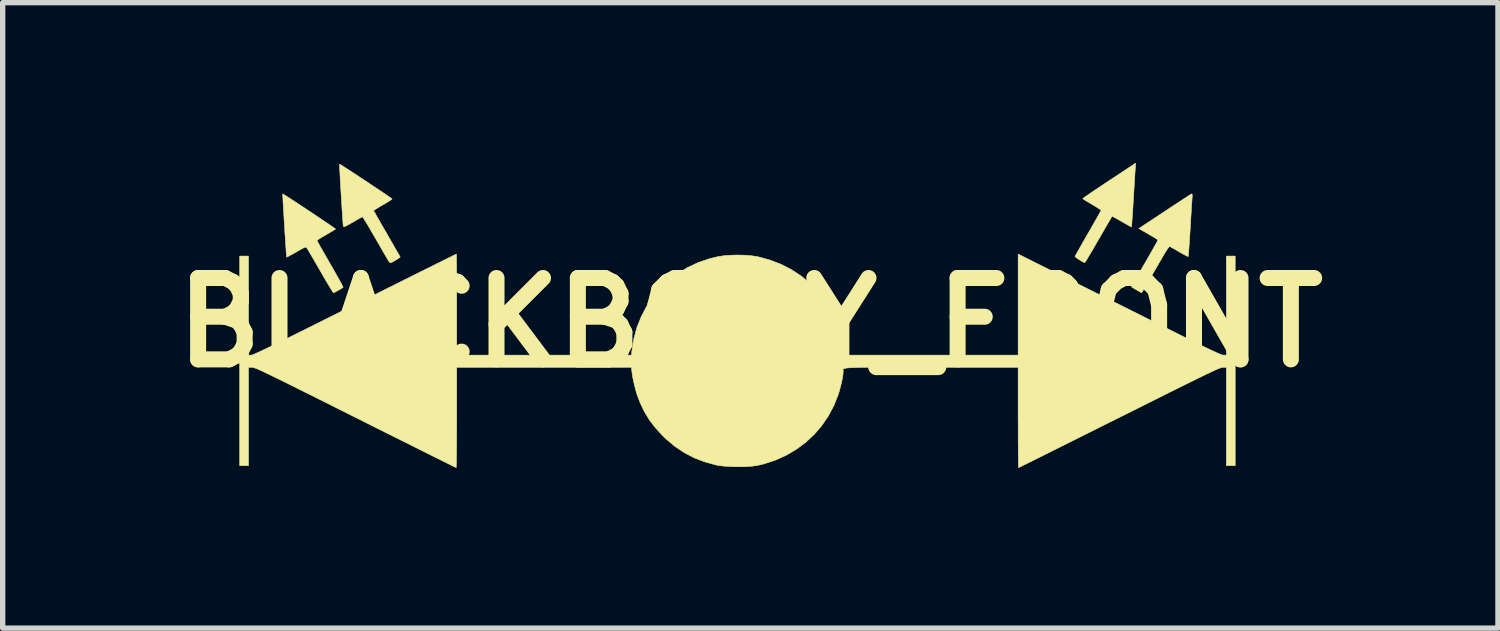
<source format=kicad_pcb>
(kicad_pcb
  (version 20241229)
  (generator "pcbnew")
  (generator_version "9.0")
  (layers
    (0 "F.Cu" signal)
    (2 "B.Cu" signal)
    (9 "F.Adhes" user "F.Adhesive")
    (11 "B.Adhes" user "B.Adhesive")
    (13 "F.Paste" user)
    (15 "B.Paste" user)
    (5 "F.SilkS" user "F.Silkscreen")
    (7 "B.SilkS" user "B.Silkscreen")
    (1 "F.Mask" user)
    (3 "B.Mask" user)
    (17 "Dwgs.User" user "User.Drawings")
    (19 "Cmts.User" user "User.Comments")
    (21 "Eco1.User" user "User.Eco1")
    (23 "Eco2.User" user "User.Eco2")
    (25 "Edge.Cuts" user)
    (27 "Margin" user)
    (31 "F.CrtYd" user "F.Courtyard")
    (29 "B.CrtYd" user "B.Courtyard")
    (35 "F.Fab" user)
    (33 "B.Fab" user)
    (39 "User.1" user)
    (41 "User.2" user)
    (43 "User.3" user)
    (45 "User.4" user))
  (footprint "BLACKBODY_FRONT"
    (layer "F.Cu")
    (at 11.002 2.991)
    (property "Reference" "BLACKBODY_FRONT" (at 0 0 0) (layer "F.SilkS") (effects (font (size 1.524 1.524) (thickness 0.3))))
    (attr through_hole)
    (fp_poly (pts (xy 7.21 -2.887) (xy 7.208 -2.852) (xy 7.204 -2.795) (xy 7.199 -2.719) (xy 7.194 -2.629) (xy 7.188 -2.527) (xy 7.181 -2.418) (xy 7.175 -2.303) (xy 7.174 -2.289) (xy 7.167 -2.18) (xy 7.161 -2.078) (xy 7.155 -1.988) (xy 7.149 -1.912) (xy 7.145 -1.852) (xy 7.141 -1.811) (xy 7.138 -1.792) (xy 7.138 -1.791) (xy 7.125 -1.797) (xy 7.094 -1.813) (xy 7.049 -1.839) (xy 6.993 -1.87) (xy 6.954 -1.893) (xy 6.895 -1.927) (xy 6.843 -1.956) (xy 6.804 -1.977) (xy 6.78 -1.989) (xy 6.775 -1.991) (xy 6.768 -1.98) (xy 6.75 -1.949) (xy 6.722 -1.9) (xy 6.685 -1.837) (xy 6.641 -1.761) (xy 6.592 -1.676) (xy 6.538 -1.582) (xy 6.522 -1.556) (xy 6.467 -1.461) (xy 6.416 -1.372) (xy 6.37 -1.294) (xy 6.33 -1.227) (xy 6.299 -1.175) (xy 6.276 -1.139) (xy 6.265 -1.123) (xy 6.264 -1.122) (xy 6.25 -1.127) (xy 6.219 -1.142) (xy 6.179 -1.165) (xy 6.167 -1.173) (xy 6.127 -1.199) (xy 6.097 -1.221) (xy 6.082 -1.236) (xy 6.082 -1.238) (xy 6.088 -1.252) (xy 6.106 -1.285) (xy 6.134 -1.335) (xy 6.171 -1.399) (xy 6.214 -1.476) (xy 6.263 -1.562) (xy 6.317 -1.656) (xy 6.325 -1.67) (xy 6.38 -1.764) (xy 6.43 -1.852) (xy 6.474 -1.93) (xy 6.512 -1.996) (xy 6.541 -2.048) (xy 6.561 -2.084) (xy 6.569 -2.1) (xy 6.57 -2.101) (xy 6.56 -2.111) (xy 6.532 -2.131) (xy 6.489 -2.159) (xy 6.436 -2.192) (xy 6.401 -2.212) (xy 6.342 -2.247) (xy 6.291 -2.277) (xy 6.253 -2.301) (xy 6.231 -2.317) (xy 6.227 -2.321) (xy 6.236 -2.329) (xy 6.265 -2.351) (xy 6.311 -2.383) (xy 6.372 -2.425) (xy 6.446 -2.475) (xy 6.531 -2.532) (xy 6.625 -2.595) (xy 6.721 -2.658) (xy 7.217 -2.986) (xy 7.21 -2.887)) (stroke (width 0.01) (type solid)) (fill yes) (layer "F.SilkS"))
    (fp_poly (pts (xy 8.272 -2.409) (xy 8.276 -2.395) (xy 8.277 -2.365) (xy 8.273 -2.316) (xy 8.271 -2.281) (xy 8.267 -2.223) (xy 8.262 -2.148) (xy 8.257 -2.057) (xy 8.25 -1.956) (xy 8.244 -1.847) (xy 8.237 -1.733) (xy 8.237 -1.73) (xy 8.23 -1.622) (xy 8.224 -1.521) (xy 8.218 -1.432) (xy 8.212 -1.356) (xy 8.208 -1.296) (xy 8.204 -1.256) (xy 8.201 -1.238) (xy 8.201 -1.237) (xy 8.188 -1.241) (xy 8.158 -1.255) (xy 8.114 -1.278) (xy 8.06 -1.308) (xy 8.042 -1.318) (xy 7.985 -1.352) (xy 7.933 -1.382) (xy 7.892 -1.405) (xy 7.868 -1.419) (xy 7.865 -1.421) (xy 7.858 -1.423) (xy 7.849 -1.421) (xy 7.839 -1.412) (xy 7.825 -1.396) (xy 7.806 -1.369) (xy 7.782 -1.33) (xy 7.749 -1.277) (xy 7.709 -1.208) (xy 7.658 -1.121) (xy 7.597 -1.014) (xy 7.587 -0.997) (xy 7.531 -0.901) (xy 7.48 -0.812) (xy 7.434 -0.733) (xy 7.394 -0.666) (xy 7.362 -0.614) (xy 7.34 -0.577) (xy 7.329 -0.56) (xy 7.328 -0.559) (xy 7.315 -0.565) (xy 7.285 -0.581) (xy 7.246 -0.604) (xy 7.233 -0.612) (xy 7.191 -0.636) (xy 7.159 -0.656) (xy 7.141 -0.667) (xy 7.139 -0.668) (xy 7.145 -0.679) (xy 7.161 -0.71) (xy 7.188 -0.758) (xy 7.223 -0.821) (xy 7.266 -0.897) (xy 7.315 -0.982) (xy 7.369 -1.076) (xy 7.384 -1.102) (xy 7.439 -1.197) (xy 7.49 -1.286) (xy 7.535 -1.365) (xy 7.573 -1.433) (xy 7.603 -1.487) (xy 7.623 -1.524) (xy 7.632 -1.543) (xy 7.633 -1.544) (xy 7.622 -1.555) (xy 7.595 -1.575) (xy 7.555 -1.6) (xy 7.54 -1.609) (xy 7.482 -1.642) (xy 7.418 -1.68) (xy 7.362 -1.712) (xy 7.276 -1.761) (xy 7.761 -2.082) (xy 7.861 -2.148) (xy 7.954 -2.209) (xy 8.04 -2.265) (xy 8.114 -2.314) (xy 8.176 -2.354) (xy 8.223 -2.385) (xy 8.253 -2.403) (xy 8.264 -2.409) (xy 8.272 -2.409)) (stroke (width 0.01) (type solid)) (fill yes) (layer "F.SilkS"))
    (fp_poly (pts (xy -8.746 -2.404) (xy -8.717 -2.386) (xy -8.671 -2.357) (xy -8.612 -2.319) (xy -8.542 -2.273) (xy -8.464 -2.221) (xy -8.379 -2.166) (xy -8.292 -2.108) (xy -8.203 -2.049) (xy -8.116 -1.991) (xy -8.034 -1.935) (xy -7.958 -1.884) (xy -7.891 -1.839) (xy -7.837 -1.801) (xy -7.796 -1.773) (xy -7.772 -1.756) (xy -7.767 -1.751) (xy -7.779 -1.742) (xy -7.81 -1.724) (xy -7.854 -1.697) (xy -7.91 -1.665) (xy -7.944 -1.645) (xy -8.003 -1.611) (xy -8.053 -1.581) (xy -8.09 -1.557) (xy -8.112 -1.541) (xy -8.115 -1.537) (xy -8.109 -1.524) (xy -8.092 -1.492) (xy -8.064 -1.442) (xy -8.028 -1.378) (xy -7.984 -1.302) (xy -7.935 -1.215) (xy -7.881 -1.122) (xy -7.868 -1.099) (xy -7.813 -1.004) (xy -7.763 -0.916) (xy -7.719 -0.837) (xy -7.681 -0.769) (xy -7.653 -0.716) (xy -7.634 -0.679) (xy -7.626 -0.661) (xy -7.626 -0.66) (xy -7.641 -0.649) (xy -7.67 -0.63) (xy -7.709 -0.608) (xy -7.749 -0.586) (xy -7.783 -0.568) (xy -7.805 -0.559) (xy -7.808 -0.559) (xy -7.816 -0.569) (xy -7.836 -0.6) (xy -7.866 -0.647) (xy -7.903 -0.71) (xy -7.948 -0.785) (xy -7.998 -0.87) (xy -8.051 -0.962) (xy -8.058 -0.975) (xy -8.112 -1.069) (xy -8.163 -1.156) (xy -8.209 -1.235) (xy -8.248 -1.302) (xy -8.279 -1.354) (xy -8.301 -1.39) (xy -8.312 -1.407) (xy -8.312 -1.408) (xy -8.322 -1.412) (xy -8.339 -1.409) (xy -8.367 -1.398) (xy -8.408 -1.377) (xy -8.466 -1.344) (xy -8.504 -1.322) (xy -8.563 -1.288) (xy -8.615 -1.26) (xy -8.655 -1.238) (xy -8.679 -1.227) (xy -8.684 -1.225) (xy -8.686 -1.238) (xy -8.689 -1.273) (xy -8.693 -1.328) (xy -8.697 -1.399) (xy -8.703 -1.483) (xy -8.709 -1.577) (xy -8.716 -1.678) (xy -8.722 -1.783) (xy -8.729 -1.889) (xy -8.735 -1.993) (xy -8.741 -2.092) (xy -8.746 -2.183) (xy -8.751 -2.263) (xy -8.754 -2.328) (xy -8.757 -2.376) (xy -8.758 -2.404) (xy -8.758 -2.41) (xy -8.746 -2.404)) (stroke (width 0.01) (type solid)) (fill yes) (layer "F.SilkS"))
    (fp_poly (pts (xy -7.681 -2.961) (xy -7.652 -2.943) (xy -7.606 -2.914) (xy -7.547 -2.876) (xy -7.477 -2.83) (xy -7.398 -2.779) (xy -7.314 -2.723) (xy -7.227 -2.666) (xy -7.138 -2.607) (xy -7.052 -2.549) (xy -6.97 -2.495) (xy -6.895 -2.444) (xy -6.829 -2.4) (xy -6.775 -2.363) (xy -6.736 -2.335) (xy -6.713 -2.319) (xy -6.709 -2.315) (xy -6.719 -2.306) (xy -6.746 -2.286) (xy -6.789 -2.259) (xy -6.843 -2.226) (xy -6.882 -2.204) (xy -6.942 -2.169) (xy -6.992 -2.139) (xy -7.03 -2.115) (xy -7.052 -2.1) (xy -7.055 -2.096) (xy -7.049 -2.084) (xy -7.03 -2.052) (xy -7.002 -2.003) (xy -6.966 -1.939) (xy -6.922 -1.863) (xy -6.873 -1.778) (xy -6.819 -1.684) (xy -6.807 -1.664) (xy -6.753 -1.569) (xy -6.702 -1.481) (xy -6.657 -1.402) (xy -6.619 -1.336) (xy -6.588 -1.283) (xy -6.568 -1.247) (xy -6.558 -1.23) (xy -6.558 -1.229) (xy -6.565 -1.22) (xy -6.59 -1.202) (xy -6.624 -1.18) (xy -6.663 -1.156) (xy -6.699 -1.136) (xy -6.728 -1.122) (xy -6.741 -1.118) (xy -6.755 -1.128) (xy -6.774 -1.152) (xy -6.778 -1.159) (xy -6.79 -1.179) (xy -6.813 -1.219) (xy -6.846 -1.275) (xy -6.886 -1.344) (xy -6.932 -1.425) (xy -6.983 -1.513) (xy -7.028 -1.591) (xy -7.081 -1.681) (xy -7.129 -1.764) (xy -7.172 -1.837) (xy -7.209 -1.898) (xy -7.237 -1.944) (xy -7.255 -1.972) (xy -7.262 -1.981) (xy -7.276 -1.975) (xy -7.307 -1.958) (xy -7.352 -1.933) (xy -7.407 -1.901) (xy -7.442 -1.881) (xy -7.508 -1.843) (xy -7.556 -1.817) (xy -7.588 -1.801) (xy -7.608 -1.795) (xy -7.619 -1.797) (xy -7.622 -1.802) (xy -7.624 -1.818) (xy -7.628 -1.855) (xy -7.632 -1.912) (xy -7.637 -1.985) (xy -7.643 -2.07) (xy -7.649 -2.165) (xy -7.655 -2.266) (xy -7.662 -2.371) (xy -7.668 -2.476) (xy -7.674 -2.579) (xy -7.68 -2.675) (xy -7.684 -2.763) (xy -7.688 -2.839) (xy -7.691 -2.9) (xy -7.693 -2.943) (xy -7.693 -2.965) (xy -7.692 -2.967) (xy -7.681 -2.961)) (stroke (width 0.01) (type solid)) (fill yes) (layer "F.SilkS"))
    (fp_poly (pts (xy -5.504 -1.27) (xy -5.503 -1.235) (xy -5.503 -1.177) (xy -5.502 -1.101) (xy -5.501 -1.006) (xy -5.5 -0.896) (xy -5.5 -0.773) (xy -5.499 -0.638) (xy -5.499 -0.493) (xy -5.499 -0.341) (xy -5.499 -0.337) (xy -5.499 0.61) (xy -2.225 0.61) (xy -2.217 0.524) (xy -2.181 0.302) (xy -2.123 0.089) (xy -2.042 -0.113) (xy -1.942 -0.303) (xy -1.822 -0.481) (xy -1.683 -0.644) (xy -1.528 -0.791) (xy -1.356 -0.921) (xy -1.17 -1.033) (xy -0.971 -1.126) (xy -0.759 -1.198) (xy -0.606 -1.235) (xy -0.499 -1.251) (xy -0.377 -1.261) (xy -0.246 -1.265) (xy -0.116 -1.262) (xy 0.007 -1.253) (xy 0.115 -1.238) (xy 0.137 -1.234) (xy 0.362 -1.173) (xy 0.575 -1.092) (xy 0.773 -0.99) (xy 0.956 -0.869) (xy 1.124 -0.728) (xy 1.275 -0.57) (xy 1.408 -0.395) (xy 1.522 -0.203) (xy 1.617 0.004) (xy 1.621 0.016) (xy 1.651 0.102) (xy 1.68 0.2) (xy 1.705 0.3) (xy 1.724 0.394) (xy 1.734 0.464) (xy 1.739 0.511) (xy 1.745 0.554) (xy 1.748 0.575) (xy 1.755 0.61) (xy 5.016 0.61) (xy 5.016 -1.283) (xy 6.909 -0.337) (xy 7.155 -0.214) (xy 7.379 -0.102) (xy 7.582 -0.000299) (xy 7.766 0.091) (xy 7.931 0.173) (xy 8.078 0.247) (xy 8.209 0.311) (xy 8.325 0.368) (xy 8.425 0.418) (xy 8.512 0.46) (xy 8.587 0.496) (xy 8.65 0.526) (xy 8.703 0.55) (xy 8.746 0.57) (xy 8.781 0.585) (xy 8.808 0.596) (xy 8.829 0.603) (xy 8.844 0.608) (xy 8.855 0.609) (xy 8.858 0.61) (xy 8.915 0.61) (xy 8.915 -1.245) (xy 9.081 -1.245) (xy 9.081 2.68) (xy 8.915 2.68) (xy 8.915 0.838) (xy 8.852 0.838) (xy 8.842 0.839) (xy 8.831 0.841) (xy 8.816 0.845) (xy 8.796 0.852) (xy 8.771 0.861) (xy 8.74 0.875) (xy 8.701 0.892) (xy 8.654 0.914) (xy 8.597 0.941) (xy 8.529 0.973) (xy 8.449 1.012) (xy 8.357 1.057) (xy 8.251 1.109) (xy 8.13 1.169) (xy 7.993 1.237) (xy 7.839 1.313) (xy 7.668 1.399) (xy 7.477 1.494) (xy 7.266 1.6) (xy 7.034 1.716) (xy 6.909 1.778) (xy 6.704 1.88) (xy 6.505 1.98) (xy 6.314 2.075) (xy 6.131 2.167) (xy 5.958 2.253) (xy 5.796 2.334) (xy 5.646 2.409) (xy 5.509 2.477) (xy 5.386 2.538) (xy 5.28 2.591) (xy 5.19 2.636) (xy 5.118 2.671) (xy 5.066 2.697) (xy 5.033 2.713) (xy 5.023 2.718) (xy 5.022 2.705) (xy 5.021 2.67) (xy 5.02 2.612) (xy 5.019 2.536) (xy 5.018 2.441) (xy 5.018 2.332) (xy 5.017 2.208) (xy 5.017 2.074) (xy 5.017 1.929) (xy 5.016 1.778) (xy 5.016 0.838) (xy 3.386 0.838) (xy 3.147 0.838) (xy 2.932 0.838) (xy 2.74 0.838) (xy 2.57 0.838) (xy 2.42 0.838) (xy 2.289 0.839) (xy 2.175 0.839) (xy 2.078 0.84) (xy 1.997 0.842) (xy 1.929 0.844) (xy 1.874 0.846) (xy 1.83 0.849) (xy 1.797 0.853) (xy 1.772 0.857) (xy 1.755 0.863) (xy 1.744 0.869) (xy 1.738 0.876) (xy 1.736 0.884) (xy 1.737 0.893) (xy 1.738 0.903) (xy 1.74 0.914) (xy 1.74 0.921) (xy 1.736 0.97) (xy 1.726 1.037) (xy 1.71 1.115) (xy 1.69 1.198) (xy 1.668 1.281) (xy 1.646 1.352) (xy 1.563 1.559) (xy 1.46 1.753) (xy 1.337 1.932) (xy 1.195 2.097) (xy 1.037 2.244) (xy 0.862 2.374) (xy 0.673 2.485) (xy 0.472 2.576) (xy 0.258 2.646) (xy 0.131 2.676) (xy 0.052 2.688) (xy -0.046 2.696) (xy -0.156 2.7) (xy -0.272 2.7) (xy -0.386 2.696) (xy -0.493 2.689) (xy -0.585 2.678) (xy -0.631 2.67) (xy -0.848 2.611) (xy -1.05 2.534) (xy -1.238 2.436) (xy -1.415 2.317) (xy -1.583 2.176) (xy -1.639 2.122) (xy -1.776 1.972) (xy -1.892 1.821) (xy -1.988 1.661) (xy -2.069 1.489) (xy -2.122 1.347) (xy -2.142 1.28) (xy -2.162 1.203) (xy -2.182 1.12) (xy -2.199 1.039) (xy -2.212 0.964) (xy -2.22 0.904) (xy -2.223 0.869) (xy -2.223 0.838) (xy -5.499 0.838) (xy -5.499 1.778) (xy -5.499 1.93) (xy -5.5 2.074) (xy -5.5 2.209) (xy -5.501 2.332) (xy -5.502 2.442) (xy -5.503 2.536) (xy -5.504 2.612) (xy -5.506 2.669) (xy -5.507 2.705) (xy -5.509 2.717) (xy -5.521 2.711) (xy -5.555 2.695) (xy -5.609 2.668) (xy -5.682 2.632) (xy -5.773 2.587) (xy -5.881 2.533) (xy -6.004 2.472) (xy -6.142 2.403) (xy -6.293 2.327) (xy -6.456 2.246) (xy -6.63 2.159) (xy -6.813 2.068) (xy -7.005 1.972) (xy -7.204 1.872) (xy -7.391 1.778) (xy -7.634 1.657) (xy -7.854 1.546) (xy -8.054 1.446) (xy -8.235 1.356) (xy -8.397 1.275) (xy -8.542 1.203) (xy -8.67 1.139) (xy -8.783 1.083) (xy -8.881 1.035) (xy -8.967 0.993) (xy -9.04 0.958) (xy -9.102 0.928) (xy -9.154 0.904) (xy -9.197 0.885) (xy -9.232 0.869) (xy -9.26 0.858) (xy -9.282 0.85) (xy -9.3 0.844) (xy -9.313 0.841) (xy -9.324 0.839) (xy -9.331 0.839) (xy -9.398 0.838) (xy -9.398 2.68) (xy -9.563 2.68) (xy -9.563 -1.245) (xy -9.398 -1.245) (xy -9.398 0.61) (xy -9.347 0.61) (xy -9.337 0.608) (xy -9.321 0.603) (xy -9.297 0.594) (xy -9.265 0.58) (xy -9.223 0.561) (xy -9.171 0.537) (xy -9.107 0.507) (xy -9.032 0.471) (xy -8.943 0.428) (xy -8.84 0.378) (xy -8.722 0.32) (xy -8.588 0.254) (xy -8.437 0.179) (xy -8.268 0.095) (xy -8.08 0.001) (xy -7.872 -0.103) (xy -7.644 -0.217) (xy -7.404 -0.337) (xy -7.199 -0.439) (xy -6.999 -0.539) (xy -6.807 -0.635) (xy -6.623 -0.727) (xy -6.45 -0.813) (xy -6.287 -0.895) (xy -6.136 -0.97) (xy -5.998 -1.038) (xy -5.875 -1.1) (xy -5.767 -1.153) (xy -5.677 -1.198) (xy -5.604 -1.234) (xy -5.55 -1.261) (xy -5.517 -1.277) (xy -5.505 -1.283) (xy -5.504 -1.27)) (stroke (width 0.01) (type solid)) (fill yes) (layer "F.SilkS")))
  (gr_rect
    (start -3 -3)
    (end 25.004 8.714)
    (stroke (width 0.1) (type default))
    (fill no)
    (layer "Edge.Cuts")))
</source>
